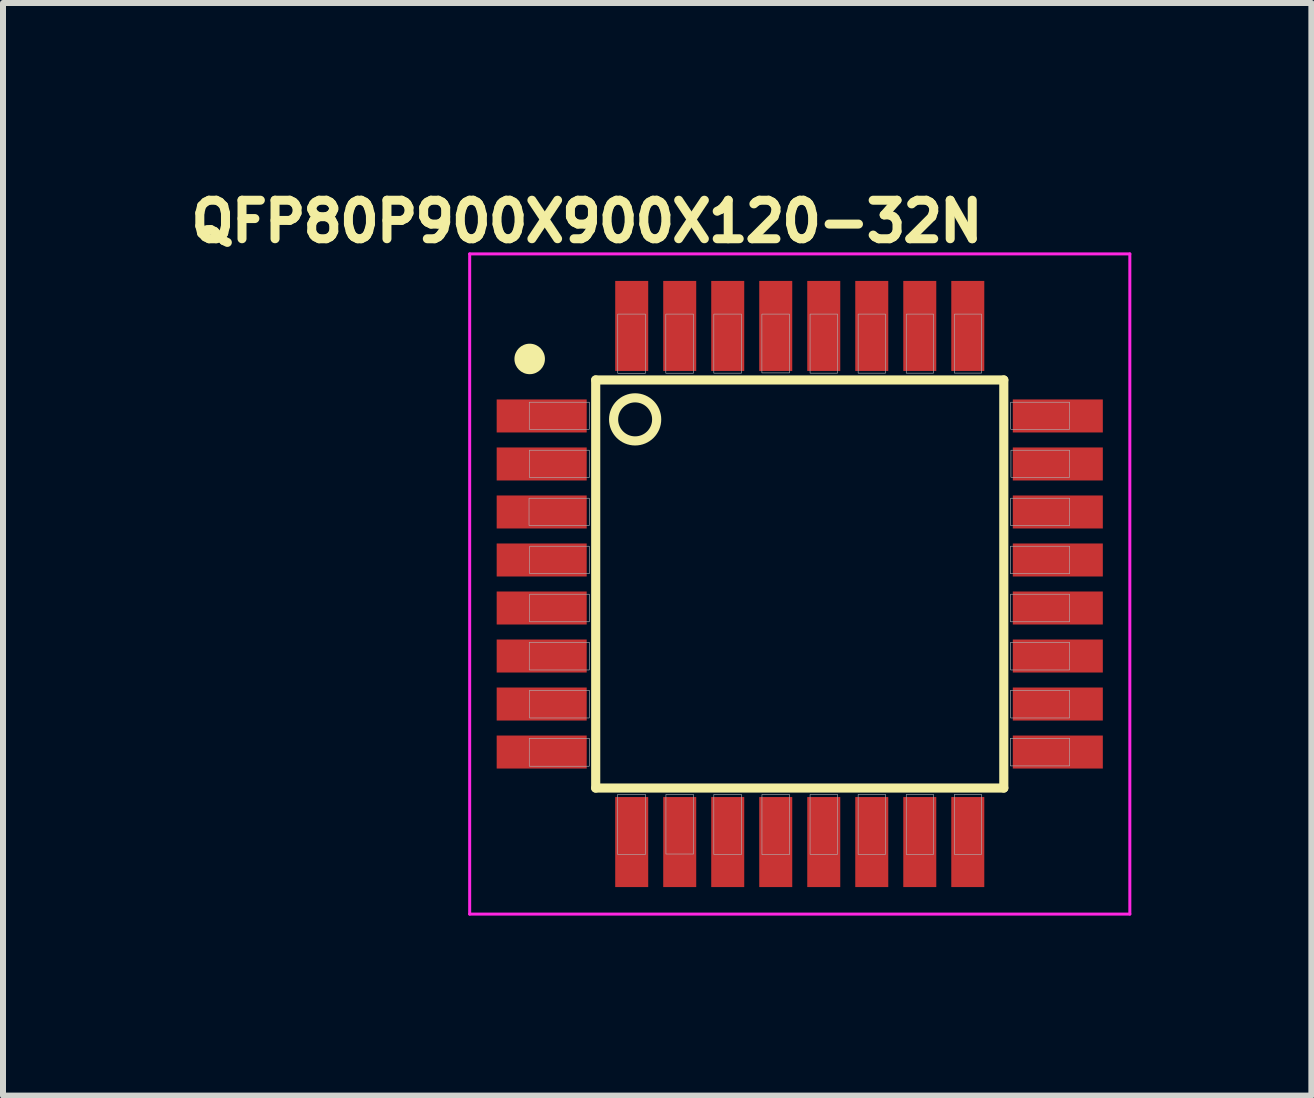
<source format=kicad_pcb>
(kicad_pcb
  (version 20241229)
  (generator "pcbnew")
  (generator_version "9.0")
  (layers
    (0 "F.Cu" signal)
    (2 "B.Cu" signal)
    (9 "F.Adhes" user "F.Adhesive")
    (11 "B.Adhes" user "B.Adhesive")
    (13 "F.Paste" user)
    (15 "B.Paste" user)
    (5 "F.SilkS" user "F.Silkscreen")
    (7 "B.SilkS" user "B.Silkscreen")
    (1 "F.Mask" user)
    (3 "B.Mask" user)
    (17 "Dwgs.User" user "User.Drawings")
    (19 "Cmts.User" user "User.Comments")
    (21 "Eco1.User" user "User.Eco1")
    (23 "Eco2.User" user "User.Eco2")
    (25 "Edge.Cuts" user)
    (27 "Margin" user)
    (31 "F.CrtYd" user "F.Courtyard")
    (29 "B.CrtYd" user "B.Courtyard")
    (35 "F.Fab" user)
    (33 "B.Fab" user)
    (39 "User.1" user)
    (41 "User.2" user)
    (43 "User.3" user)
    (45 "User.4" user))
  (footprint "QFP80P900X900X120-32N"
    (layer "F.Cu")
    (at 10.276 6.681)
    (property "Reference" "QFP80P900X900X120-32N" (at -3.546 -6.042 0) (layer "F.SilkS") (effects (font (size 0.642 0.642) (thickness 0.15))))
    (attr through_hole)
    (fp_line (start -3.4 -3.4) (end 3.4 -3.4) (stroke (width 0.152) (type solid)) (layer "F.SilkS"))
    (fp_line (start -3.4 3.4) (end -3.4 -3.4) (stroke (width 0.152) (type solid)) (layer "F.SilkS"))
    (fp_line (start 3.4 -3.4) (end 3.4 3.4) (stroke (width 0.152) (type solid)) (layer "F.SilkS"))
    (fp_line (start 3.4 3.4) (end -3.4 3.4) (stroke (width 0.152) (type solid)) (layer "F.SilkS"))
    (fp_circle (center -4.5 -3.75) (end -4.246 -3.75) (stroke (width 0) (type solid)) (fill yes) (layer "F.SilkS"))
    (fp_circle (center -2.743 -2.743) (end -2.384 -2.743) (stroke (width 0.152) (type solid)) (fill no) (layer "F.SilkS"))
    (fp_line (start -5.5 -5.5) (end -5.5 5.5) (stroke (width 0.05) (type solid)) (layer "F.CrtYd"))
    (fp_line (start -5.5 5.5) (end 5.5 5.5) (stroke (width 0.05) (type solid)) (layer "F.CrtYd"))
    (fp_line (start 5.5 -5.5) (end -5.5 -5.5) (stroke (width 0.05) (type solid)) (layer "F.CrtYd"))
    (fp_line (start 5.5 5.5) (end 5.5 -5.5) (stroke (width 0.05) (type solid)) (layer "F.CrtYd"))
    (fp_poly (pts (xy -4.511 -1.429) (xy -3.506 -1.429) (xy -3.506 -0.975) (xy -4.511 -0.975)) (stroke (width 0.01) (type solid)) (fill no) (layer "F.Fab"))
    (fp_poly (pts (xy -4.507 2.571) (xy -3.506 2.571) (xy -3.506 3.036) (xy -4.507 3.036)) (stroke (width 0.01) (type solid)) (fill no) (layer "F.Fab"))
    (fp_poly (pts (xy -4.507 -3.029) (xy -3.506 -3.029) (xy -3.506 -2.577) (xy -4.507 -2.577)) (stroke (width 0.01) (type solid)) (fill no) (layer "F.Fab"))
    (fp_poly (pts (xy -4.507 0.971) (xy -3.506 0.971) (xy -3.506 1.432) (xy -4.507 1.432)) (stroke (width 0.01) (type solid)) (fill no) (layer "F.Fab"))
    (fp_poly (pts (xy -4.505 -2.229) (xy -3.506 -2.229) (xy -3.506 -1.775) (xy -4.505 -1.775)) (stroke (width 0.01) (type solid)) (fill no) (layer "F.Fab"))
    (fp_poly (pts (xy -4.503 0.171) (xy -3.506 0.171) (xy -3.506 0.629) (xy -4.503 0.629)) (stroke (width 0.01) (type solid)) (fill no) (layer "F.Fab"))
    (fp_poly (pts (xy -4.503 1.771) (xy -3.506 1.771) (xy -3.506 2.232) (xy -4.503 2.232)) (stroke (width 0.01) (type solid)) (fill no) (layer "F.Fab"))
    (fp_poly (pts (xy -4.5 -0.629) (xy -3.506 -0.629) (xy -3.506 -0.172) (xy -4.5 -0.172)) (stroke (width 0.01) (type solid)) (fill no) (layer "F.Fab"))
    (fp_poly (pts (xy -3.035 3.506) (xy -2.571 3.506) (xy -2.571 4.506) (xy -3.035 4.506)) (stroke (width 0.01) (type solid)) (fill no) (layer "F.Fab"))
    (fp_poly (pts (xy -3.033 -4.497) (xy -2.571 -4.497) (xy -2.571 -3.511) (xy -3.033 -3.511)) (stroke (width 0.01) (type solid)) (fill no) (layer "F.Fab"))
    (fp_poly (pts (xy -2.232 -4.497) (xy -1.771 -4.497) (xy -1.771 -3.512) (xy -2.232 -3.512)) (stroke (width 0.01) (type solid)) (fill no) (layer "F.Fab"))
    (fp_poly (pts (xy -2.23 3.506) (xy -1.771 3.506) (xy -1.771 4.5) (xy -2.23 4.5)) (stroke (width 0.01) (type solid)) (fill no) (layer "F.Fab"))
    (fp_poly (pts (xy -1.432 3.506) (xy -0.971 3.506) (xy -0.971 4.507) (xy -1.432 4.507)) (stroke (width 0.01) (type solid)) (fill no) (layer "F.Fab"))
    (fp_poly (pts (xy -1.432 -4.497) (xy -0.971 -4.497) (xy -0.971 -3.513) (xy -1.432 -3.513)) (stroke (width 0.01) (type solid)) (fill no) (layer "F.Fab"))
    (fp_poly (pts (xy -0.631 -4.497) (xy -0.171 -4.497) (xy -0.171 -3.517) (xy -0.631 -3.517)) (stroke (width 0.01) (type solid)) (fill no) (layer "F.Fab"))
    (fp_poly (pts (xy -0.63 3.506) (xy -0.171 3.506) (xy -0.171 4.509) (xy -0.63 4.509)) (stroke (width 0.01) (type solid)) (fill no) (layer "F.Fab"))
    (fp_poly (pts (xy 0.172 3.506) (xy 0.629 3.506) (xy 0.629 4.505) (xy 0.172 4.505)) (stroke (width 0.01) (type solid)) (fill no) (layer "F.Fab"))
    (fp_poly (pts (xy 0.172 -4.497) (xy 0.629 -4.497) (xy 0.629 -3.513) (xy 0.172 -3.513)) (stroke (width 0.01) (type solid)) (fill no) (layer "F.Fab"))
    (fp_poly (pts (xy 0.973 3.506) (xy 1.429 3.506) (xy 1.429 4.505) (xy 0.973 4.505)) (stroke (width 0.01) (type solid)) (fill no) (layer "F.Fab"))
    (fp_poly (pts (xy 0.973 -4.497) (xy 1.429 -4.497) (xy 1.429 -3.513) (xy 0.973 -3.513)) (stroke (width 0.01) (type solid)) (fill no) (layer "F.Fab"))
    (fp_poly (pts (xy 1.775 3.506) (xy 2.229 3.506) (xy 2.229 4.506) (xy 1.775 4.506)) (stroke (width 0.01) (type solid)) (fill no) (layer "F.Fab"))
    (fp_poly (pts (xy 1.775 -4.497) (xy 2.229 -4.497) (xy 2.229 -3.513) (xy 1.775 -3.513)) (stroke (width 0.01) (type solid)) (fill no) (layer "F.Fab"))
    (fp_poly (pts (xy 2.576 3.506) (xy 3.029 3.506) (xy 3.029 4.505) (xy 2.576 4.505)) (stroke (width 0.01) (type solid)) (fill no) (layer "F.Fab"))
    (fp_poly (pts (xy 2.577 -4.497) (xy 3.029 -4.497) (xy 3.029 -3.514) (xy 2.577 -3.514)) (stroke (width 0.01) (type solid)) (fill no) (layer "F.Fab"))
    (fp_poly (pts (xy 3.509 2.571) (xy 4.497 2.571) (xy 4.497 3.031) (xy 3.509 3.031)) (stroke (width 0.01) (type solid)) (fill no) (layer "F.Fab"))
    (fp_poly (pts (xy 3.51 -0.629) (xy 4.497 -0.629) (xy 4.497 -0.172) (xy 3.51 -0.172)) (stroke (width 0.01) (type solid)) (fill no) (layer "F.Fab"))
    (fp_poly (pts (xy 3.511 0.171) (xy 4.497 0.171) (xy 4.497 0.629) (xy 3.511 0.629)) (stroke (width 0.01) (type solid)) (fill no) (layer "F.Fab"))
    (fp_poly (pts (xy 3.512 1.771) (xy 4.497 1.771) (xy 4.497 2.232) (xy 3.512 2.232)) (stroke (width 0.01) (type solid)) (fill no) (layer "F.Fab"))
    (fp_poly (pts (xy 3.513 -1.429) (xy 4.497 -1.429) (xy 4.497 -0.973) (xy 3.513 -0.973)) (stroke (width 0.01) (type solid)) (fill no) (layer "F.Fab"))
    (fp_poly (pts (xy 3.513 0.971) (xy 4.497 0.971) (xy 4.497 1.432) (xy 3.513 1.432)) (stroke (width 0.01) (type solid)) (fill no) (layer "F.Fab"))
    (fp_poly (pts (xy 3.514 -3.029) (xy 4.497 -3.029) (xy 4.497 -2.578) (xy 3.514 -2.578)) (stroke (width 0.01) (type solid)) (fill no) (layer "F.Fab"))
    (fp_poly (pts (xy 3.519 -2.229) (xy 4.497 -2.229) (xy 4.497 -1.778) (xy 3.519 -1.778)) (stroke (width 0.01) (type solid)) (fill no) (layer "F.Fab"))
    (pad "1" smd rect (at -4.3 -2.8) (size 1.5 0.55) (layers "F.Cu" "F.Mask" "F.Paste"))
    (pad "2" smd rect (at -4.3 -2) (size 1.5 0.55) (layers "F.Cu" "F.Mask" "F.Paste"))
    (pad "3" smd rect (at -4.3 -1.2) (size 1.5 0.55) (layers "F.Cu" "F.Mask" "F.Paste"))
    (pad "4" smd rect (at -4.3 -0.4) (size 1.5 0.55) (layers "F.Cu" "F.Mask" "F.Paste"))
    (pad "5" smd rect (at -4.3 0.4) (size 1.5 0.55) (layers "F.Cu" "F.Mask" "F.Paste"))
    (pad "6" smd rect (at -4.3 1.2) (size 1.5 0.55) (layers "F.Cu" "F.Mask" "F.Paste"))
    (pad "7" smd rect (at -4.3 2) (size 1.5 0.55) (layers "F.Cu" "F.Mask" "F.Paste"))
    (pad "8" smd rect (at -4.3 2.8) (size 1.5 0.55) (layers "F.Cu" "F.Mask" "F.Paste"))
    (pad "9" smd rect (at -2.8 4.3) (size 0.55 1.5) (layers "F.Cu" "F.Mask" "F.Paste"))
    (pad "10" smd rect (at -2 4.3) (size 0.55 1.5) (layers "F.Cu" "F.Mask" "F.Paste"))
    (pad "11" smd rect (at -1.2 4.3) (size 0.55 1.5) (layers "F.Cu" "F.Mask" "F.Paste"))
    (pad "12" smd rect (at -0.4 4.3) (size 0.55 1.5) (layers "F.Cu" "F.Mask" "F.Paste"))
    (pad "13" smd rect (at 0.4 4.3) (size 0.55 1.5) (layers "F.Cu" "F.Mask" "F.Paste"))
    (pad "14" smd rect (at 1.2 4.3) (size 0.55 1.5) (layers "F.Cu" "F.Mask" "F.Paste"))
    (pad "15" smd rect (at 2 4.3) (size 0.55 1.5) (layers "F.Cu" "F.Mask" "F.Paste"))
    (pad "16" smd rect (at 2.8 4.3) (size 0.55 1.5) (layers "F.Cu" "F.Mask" "F.Paste"))
    (pad "17" smd rect (at 4.3 2.8) (size 1.5 0.55) (layers "F.Cu" "F.Mask" "F.Paste"))
    (pad "18" smd rect (at 4.3 2) (size 1.5 0.55) (layers "F.Cu" "F.Mask" "F.Paste"))
    (pad "19" smd rect (at 4.3 1.2) (size 1.5 0.55) (layers "F.Cu" "F.Mask" "F.Paste"))
    (pad "20" smd rect (at 4.3 0.4) (size 1.5 0.55) (layers "F.Cu" "F.Mask" "F.Paste"))
    (pad "21" smd rect (at 4.3 -0.4) (size 1.5 0.55) (layers "F.Cu" "F.Mask" "F.Paste"))
    (pad "22" smd rect (at 4.3 -1.2) (size 1.5 0.55) (layers "F.Cu" "F.Mask" "F.Paste"))
    (pad "23" smd rect (at 4.3 -2) (size 1.5 0.55) (layers "F.Cu" "F.Mask" "F.Paste"))
    (pad "24" smd rect (at 4.3 -2.8) (size 1.5 0.55) (layers "F.Cu" "F.Mask" "F.Paste"))
    (pad "25" smd rect (at 2.8 -4.3) (size 0.55 1.5) (layers "F.Cu" "F.Mask" "F.Paste"))
    (pad "26" smd rect (at 2 -4.3) (size 0.55 1.5) (layers "F.Cu" "F.Mask" "F.Paste"))
    (pad "27" smd rect (at 1.2 -4.3) (size 0.55 1.5) (layers "F.Cu" "F.Mask" "F.Paste"))
    (pad "28" smd rect (at 0.4 -4.3) (size 0.55 1.5) (layers "F.Cu" "F.Mask" "F.Paste"))
    (pad "29" smd rect (at -0.4 -4.3) (size 0.55 1.5) (layers "F.Cu" "F.Mask" "F.Paste"))
    (pad "30" smd rect (at -1.2 -4.3) (size 0.55 1.5) (layers "F.Cu" "F.Mask" "F.Paste"))
    (pad "31" smd rect (at -2 -4.3) (size 0.55 1.5) (layers "F.Cu" "F.Mask" "F.Paste"))
    (pad "32" smd rect (at -2.8 -4.3) (size 0.55 1.5) (layers "F.Cu" "F.Mask" "F.Paste")))
  (gr_rect
    (start -3 -3)
    (end 18.801 15.206)
    (stroke (width 0.1) (type default))
    (fill no)
    (layer "Edge.Cuts")))
</source>
